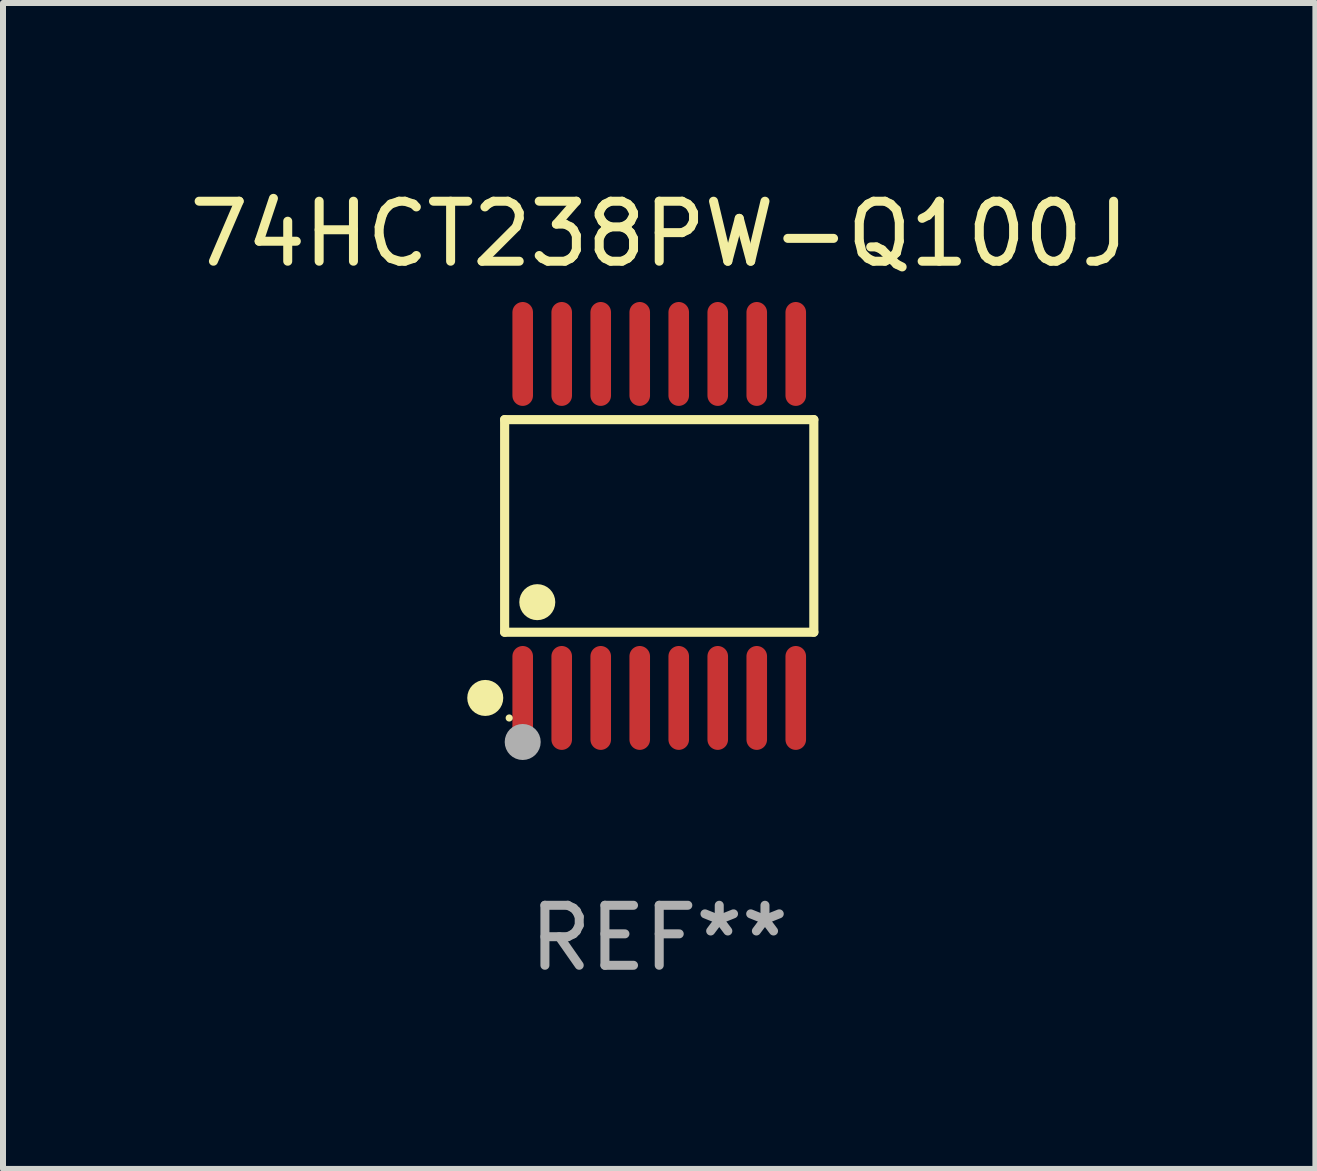
<source format=kicad_pcb>
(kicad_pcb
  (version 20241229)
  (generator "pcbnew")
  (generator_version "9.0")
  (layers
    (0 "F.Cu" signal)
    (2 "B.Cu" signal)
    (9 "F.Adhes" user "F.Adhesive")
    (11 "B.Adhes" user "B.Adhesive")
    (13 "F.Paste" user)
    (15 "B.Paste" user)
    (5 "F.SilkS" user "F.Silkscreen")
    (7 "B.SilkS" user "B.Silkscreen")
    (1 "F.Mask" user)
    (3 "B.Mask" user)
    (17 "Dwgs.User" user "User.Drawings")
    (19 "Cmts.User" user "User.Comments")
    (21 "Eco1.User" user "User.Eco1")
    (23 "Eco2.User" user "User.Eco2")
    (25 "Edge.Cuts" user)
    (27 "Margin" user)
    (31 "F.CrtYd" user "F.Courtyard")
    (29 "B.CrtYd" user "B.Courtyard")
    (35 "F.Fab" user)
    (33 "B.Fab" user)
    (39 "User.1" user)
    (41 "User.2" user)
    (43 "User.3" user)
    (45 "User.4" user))
  (footprint "74HCT238PW-Q100J"
    (layer "F.Cu")
    (at 7.935 5.714)
    (property "Reference" "74HCT238PW-Q100J" (at 0 -4.866 0) (layer "F.SilkS") (effects (font (size 1 1) (thickness 0.15))))
    (attr through_hole)
    (fp_line (start -2.576 -1.772) (end 2.576 -1.772) (stroke (width 0.152) (type solid)) (layer "F.SilkS"))
    (fp_line (start -2.576 1.771) (end -2.576 -1.772) (stroke (width 0.152) (type solid)) (layer "F.SilkS"))
    (fp_line (start 2.576 -1.772) (end 2.576 1.771) (stroke (width 0.152) (type solid)) (layer "F.SilkS"))
    (fp_line (start 2.576 1.771) (end -2.576 1.771) (stroke (width 0.152) (type solid)) (layer "F.SilkS"))
    (fp_circle (center -2.899 2.866) (end -2.749 2.866) (stroke (width 0.3) (type solid)) (fill no) (layer "F.SilkS"))
    (fp_circle (center -2.5 3.2) (end -2.47 3.2) (stroke (width 0.06) (type solid)) (fill no) (layer "F.SilkS"))
    (fp_circle (center -2.032 1.27) (end -1.882 1.27) (stroke (width 0.3) (type solid)) (fill no) (layer "F.SilkS"))
    (fp_circle (center -2.275 3.6) (end -2.125 3.6) (stroke (width 0.3) (type solid)) (fill no) (layer "F.Fab"))
    (fp_text user "REF**" (at 0 6.866 0) (layer "F.Fab") (effects (font (size 1 1) (thickness 0.15))))
    (pad "1" smd oval (at -2.275 2.866) (size 0.343 1.731) (layers "F.Cu" "F.Mask" "F.Paste"))
    (pad "2" smd oval (at -1.625 2.866) (size 0.343 1.731) (layers "F.Cu" "F.Mask" "F.Paste"))
    (pad "3" smd oval (at -0.975 2.866) (size 0.343 1.731) (layers "F.Cu" "F.Mask" "F.Paste"))
    (pad "4" smd oval (at -0.325 2.866) (size 0.343 1.731) (layers "F.Cu" "F.Mask" "F.Paste"))
    (pad "5" smd oval (at 0.325 2.866) (size 0.343 1.731) (layers "F.Cu" "F.Mask" "F.Paste"))
    (pad "6" smd oval (at 0.975 2.866) (size 0.343 1.731) (layers "F.Cu" "F.Mask" "F.Paste"))
    (pad "7" smd oval (at 1.625 2.866) (size 0.343 1.731) (layers "F.Cu" "F.Mask" "F.Paste"))
    (pad "8" smd oval (at 2.275 2.866) (size 0.343 1.731) (layers "F.Cu" "F.Mask" "F.Paste"))
    (pad "9" smd oval (at 2.275 -2.866) (size 0.343 1.731) (layers "F.Cu" "F.Mask" "F.Paste"))
    (pad "10" smd oval (at 1.625 -2.866) (size 0.343 1.731) (layers "F.Cu" "F.Mask" "F.Paste"))
    (pad "11" smd oval (at 0.975 -2.866) (size 0.343 1.731) (layers "F.Cu" "F.Mask" "F.Paste"))
    (pad "12" smd oval (at 0.325 -2.866) (size 0.343 1.731) (layers "F.Cu" "F.Mask" "F.Paste"))
    (pad "13" smd oval (at -0.325 -2.866) (size 0.343 1.731) (layers "F.Cu" "F.Mask" "F.Paste"))
    (pad "14" smd oval (at -0.975 -2.866) (size 0.343 1.731) (layers "F.Cu" "F.Mask" "F.Paste"))
    (pad "15" smd oval (at -1.625 -2.866) (size 0.343 1.731) (layers "F.Cu" "F.Mask" "F.Paste"))
    (pad "16" smd oval (at -2.275 -2.866) (size 0.343 1.731) (layers "F.Cu" "F.Mask" "F.Paste")))
  (gr_rect
    (start -3 -3)
    (end 18.869 16.428)
    (stroke (width 0.1) (type default))
    (fill no)
    (layer "Edge.Cuts")))
</source>
